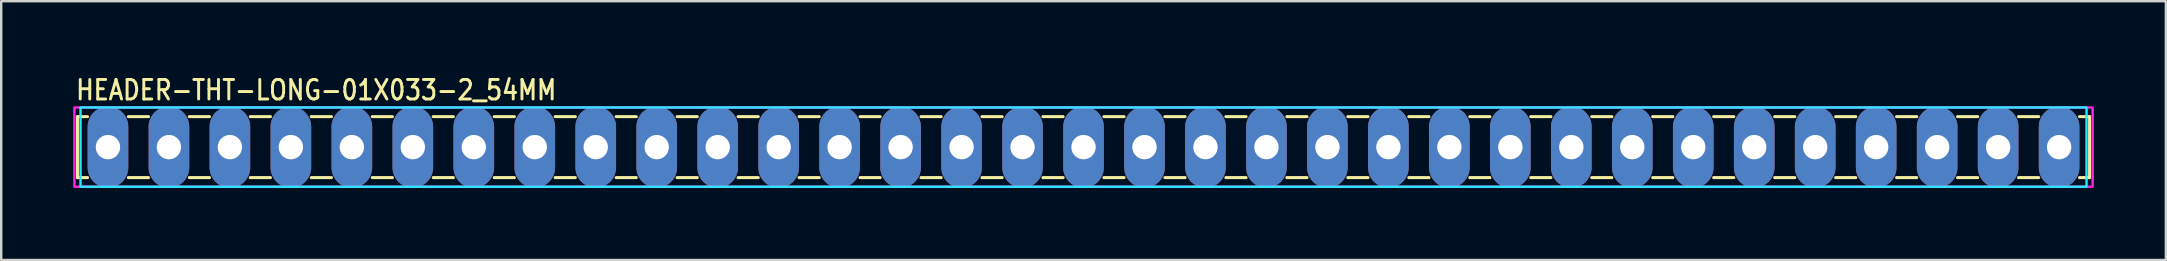
<source format=kicad_pcb>
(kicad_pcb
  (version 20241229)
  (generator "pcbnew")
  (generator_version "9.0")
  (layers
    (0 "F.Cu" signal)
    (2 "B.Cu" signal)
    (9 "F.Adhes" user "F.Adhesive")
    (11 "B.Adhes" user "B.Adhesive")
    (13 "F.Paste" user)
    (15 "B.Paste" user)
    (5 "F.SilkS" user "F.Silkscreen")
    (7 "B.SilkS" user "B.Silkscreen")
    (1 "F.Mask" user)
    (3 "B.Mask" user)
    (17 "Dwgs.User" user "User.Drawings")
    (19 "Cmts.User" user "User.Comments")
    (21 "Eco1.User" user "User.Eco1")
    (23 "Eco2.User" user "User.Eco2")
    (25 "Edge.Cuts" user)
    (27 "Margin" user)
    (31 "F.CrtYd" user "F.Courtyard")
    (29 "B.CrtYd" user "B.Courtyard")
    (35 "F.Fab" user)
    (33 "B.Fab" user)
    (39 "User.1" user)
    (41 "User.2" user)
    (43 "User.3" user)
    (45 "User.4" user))
  (footprint "HEADER-THT-LONG-01X033-2_54MM"
    (layer "F.Cu")
    (at 1.447 3.079)
    (property "Reference" "HEADER-THT-LONG-01X033-2_54MM" (at -1.4 -1.9 0) (unlocked yes) (layer "F.SilkS") (effects (font (size 0.813 0.695) (thickness 0.122)) (justify left bottom)))
    (fp_line (start -1.27 -1.27) (end -1.27 1.27) (stroke (width 0.127) (type solid)) (layer "F.SilkS"))
    (fp_line (start -1.27 1.27) (end -0.85 1.27) (stroke (width 0.127) (type solid)) (layer "F.SilkS"))
    (fp_line (start -0.85 -1.27) (end -1.27 -1.27) (stroke (width 0.127) (type solid)) (layer "F.SilkS"))
    (fp_line (start 0.85 -1.27) (end 1.69 -1.27) (stroke (width 0.127) (type solid)) (layer "F.SilkS"))
    (fp_line (start 0.85 1.27) (end 1.69 1.27) (stroke (width 0.127) (type solid)) (layer "F.SilkS"))
    (fp_line (start 3.39 -1.27) (end 4.23 -1.27) (stroke (width 0.127) (type solid)) (layer "F.SilkS"))
    (fp_line (start 3.39 1.27) (end 4.23 1.27) (stroke (width 0.127) (type solid)) (layer "F.SilkS"))
    (fp_line (start 5.93 -1.27) (end 6.77 -1.27) (stroke (width 0.127) (type solid)) (layer "F.SilkS"))
    (fp_line (start 5.93 1.27) (end 6.77 1.27) (stroke (width 0.127) (type solid)) (layer "F.SilkS"))
    (fp_line (start 8.47 -1.27) (end 9.31 -1.27) (stroke (width 0.127) (type solid)) (layer "F.SilkS"))
    (fp_line (start 8.47 1.27) (end 9.31 1.27) (stroke (width 0.127) (type solid)) (layer "F.SilkS"))
    (fp_line (start 11.01 -1.27) (end 11.85 -1.27) (stroke (width 0.127) (type solid)) (layer "F.SilkS"))
    (fp_line (start 11.01 1.27) (end 11.85 1.27) (stroke (width 0.127) (type solid)) (layer "F.SilkS"))
    (fp_line (start 13.55 -1.27) (end 14.39 -1.27) (stroke (width 0.127) (type solid)) (layer "F.SilkS"))
    (fp_line (start 13.55 1.27) (end 14.39 1.27) (stroke (width 0.127) (type solid)) (layer "F.SilkS"))
    (fp_line (start 16.09 -1.27) (end 16.93 -1.27) (stroke (width 0.127) (type solid)) (layer "F.SilkS"))
    (fp_line (start 16.09 1.27) (end 16.93 1.27) (stroke (width 0.127) (type solid)) (layer "F.SilkS"))
    (fp_line (start 18.63 -1.27) (end 19.47 -1.27) (stroke (width 0.127) (type solid)) (layer "F.SilkS"))
    (fp_line (start 18.63 1.27) (end 19.47 1.27) (stroke (width 0.127) (type solid)) (layer "F.SilkS"))
    (fp_line (start 21.17 -1.27) (end 22.01 -1.27) (stroke (width 0.127) (type solid)) (layer "F.SilkS"))
    (fp_line (start 21.17 1.27) (end 22.01 1.27) (stroke (width 0.127) (type solid)) (layer "F.SilkS"))
    (fp_line (start 23.71 -1.27) (end 24.55 -1.27) (stroke (width 0.127) (type solid)) (layer "F.SilkS"))
    (fp_line (start 23.71 1.27) (end 24.55 1.27) (stroke (width 0.127) (type solid)) (layer "F.SilkS"))
    (fp_line (start 26.25 -1.27) (end 27.09 -1.27) (stroke (width 0.127) (type solid)) (layer "F.SilkS"))
    (fp_line (start 26.25 1.27) (end 27.09 1.27) (stroke (width 0.127) (type solid)) (layer "F.SilkS"))
    (fp_line (start 28.79 -1.27) (end 29.63 -1.27) (stroke (width 0.127) (type solid)) (layer "F.SilkS"))
    (fp_line (start 28.79 1.27) (end 29.63 1.27) (stroke (width 0.127) (type solid)) (layer "F.SilkS"))
    (fp_line (start 31.33 -1.27) (end 32.17 -1.27) (stroke (width 0.127) (type solid)) (layer "F.SilkS"))
    (fp_line (start 31.33 1.27) (end 32.17 1.27) (stroke (width 0.127) (type solid)) (layer "F.SilkS"))
    (fp_line (start 33.87 -1.27) (end 34.71 -1.27) (stroke (width 0.127) (type solid)) (layer "F.SilkS"))
    (fp_line (start 33.87 1.27) (end 34.71 1.27) (stroke (width 0.127) (type solid)) (layer "F.SilkS"))
    (fp_line (start 36.41 -1.27) (end 37.25 -1.27) (stroke (width 0.127) (type solid)) (layer "F.SilkS"))
    (fp_line (start 36.41 1.27) (end 37.25 1.27) (stroke (width 0.127) (type solid)) (layer "F.SilkS"))
    (fp_line (start 38.95 -1.27) (end 39.79 -1.27) (stroke (width 0.127) (type solid)) (layer "F.SilkS"))
    (fp_line (start 38.95 1.27) (end 39.79 1.27) (stroke (width 0.127) (type solid)) (layer "F.SilkS"))
    (fp_line (start 41.49 -1.27) (end 42.33 -1.27) (stroke (width 0.127) (type solid)) (layer "F.SilkS"))
    (fp_line (start 41.49 1.27) (end 42.33 1.27) (stroke (width 0.127) (type solid)) (layer "F.SilkS"))
    (fp_line (start 44.03 -1.27) (end 44.87 -1.27) (stroke (width 0.127) (type solid)) (layer "F.SilkS"))
    (fp_line (start 44.03 1.27) (end 44.87 1.27) (stroke (width 0.127) (type solid)) (layer "F.SilkS"))
    (fp_line (start 46.57 -1.27) (end 47.41 -1.27) (stroke (width 0.127) (type solid)) (layer "F.SilkS"))
    (fp_line (start 46.57 1.27) (end 47.41 1.27) (stroke (width 0.127) (type solid)) (layer "F.SilkS"))
    (fp_line (start 49.11 -1.27) (end 49.95 -1.27) (stroke (width 0.127) (type solid)) (layer "F.SilkS"))
    (fp_line (start 49.11 1.27) (end 49.95 1.27) (stroke (width 0.127) (type solid)) (layer "F.SilkS"))
    (fp_line (start 51.65 -1.27) (end 52.49 -1.27) (stroke (width 0.127) (type solid)) (layer "F.SilkS"))
    (fp_line (start 51.65 1.27) (end 52.49 1.27) (stroke (width 0.127) (type solid)) (layer "F.SilkS"))
    (fp_line (start 54.19 -1.27) (end 55.03 -1.27) (stroke (width 0.127) (type solid)) (layer "F.SilkS"))
    (fp_line (start 54.19 1.27) (end 55.03 1.27) (stroke (width 0.127) (type solid)) (layer "F.SilkS"))
    (fp_line (start 56.73 -1.27) (end 57.57 -1.27) (stroke (width 0.127) (type solid)) (layer "F.SilkS"))
    (fp_line (start 56.73 1.27) (end 57.57 1.27) (stroke (width 0.127) (type solid)) (layer "F.SilkS"))
    (fp_line (start 59.27 -1.27) (end 60.11 -1.27) (stroke (width 0.127) (type solid)) (layer "F.SilkS"))
    (fp_line (start 59.27 1.27) (end 60.11 1.27) (stroke (width 0.127) (type solid)) (layer "F.SilkS"))
    (fp_line (start 61.81 -1.27) (end 62.65 -1.27) (stroke (width 0.127) (type solid)) (layer "F.SilkS"))
    (fp_line (start 61.81 1.27) (end 62.65 1.27) (stroke (width 0.127) (type solid)) (layer "F.SilkS"))
    (fp_line (start 64.35 -1.27) (end 65.19 -1.27) (stroke (width 0.127) (type solid)) (layer "F.SilkS"))
    (fp_line (start 64.35 1.27) (end 65.19 1.27) (stroke (width 0.127) (type solid)) (layer "F.SilkS"))
    (fp_line (start 66.89 -1.27) (end 67.73 -1.27) (stroke (width 0.127) (type solid)) (layer "F.SilkS"))
    (fp_line (start 66.89 1.27) (end 67.73 1.27) (stroke (width 0.127) (type solid)) (layer "F.SilkS"))
    (fp_line (start 69.43 -1.27) (end 70.27 -1.27) (stroke (width 0.127) (type solid)) (layer "F.SilkS"))
    (fp_line (start 69.43 1.27) (end 70.27 1.27) (stroke (width 0.127) (type solid)) (layer "F.SilkS"))
    (fp_line (start 71.97 -1.27) (end 72.81 -1.27) (stroke (width 0.127) (type solid)) (layer "F.SilkS"))
    (fp_line (start 71.97 1.27) (end 72.81 1.27) (stroke (width 0.127) (type solid)) (layer "F.SilkS"))
    (fp_line (start 74.51 -1.27) (end 75.35 -1.27) (stroke (width 0.127) (type solid)) (layer "F.SilkS"))
    (fp_line (start 74.51 1.27) (end 75.35 1.27) (stroke (width 0.127) (type solid)) (layer "F.SilkS"))
    (fp_line (start 77.05 -1.27) (end 77.89 -1.27) (stroke (width 0.127) (type solid)) (layer "F.SilkS"))
    (fp_line (start 77.05 1.27) (end 77.89 1.27) (stroke (width 0.127) (type solid)) (layer "F.SilkS"))
    (fp_line (start 79.59 -1.27) (end 80.43 -1.27) (stroke (width 0.127) (type solid)) (layer "F.SilkS"))
    (fp_line (start 79.59 1.27) (end 80.43 1.27) (stroke (width 0.127) (type solid)) (layer "F.SilkS"))
    (fp_line (start 82.13 -1.27) (end 82.55 -1.27) (stroke (width 0.127) (type solid)) (layer "F.SilkS"))
    (fp_line (start 82.55 -1.27) (end 82.55 1.27) (stroke (width 0.127) (type solid)) (layer "F.SilkS"))
    (fp_line (start 82.55 1.27) (end 82.13 1.27) (stroke (width 0.127) (type solid)) (layer "F.SilkS"))
    (fp_poly (pts (xy -1.143 -1.651) (xy 82.423 -1.651) (xy 82.423 1.651) (xy -1.143 1.651)) (stroke (width 0.1) (type solid)) (fill no) (layer "B.CrtYd"))
    (fp_poly (pts (xy -1.397 -1.651) (xy 82.677 -1.651) (xy 82.677 1.651) (xy -1.397 1.651)) (stroke (width 0.1) (type solid)) (fill no) (layer "F.CrtYd"))
    (pad "P$1" thru_hole oval (at 0 0 90) (size 3.387 1.693) (drill 1.016) (layers "*.Cu" "*.Mask"))
    (pad "P$2" thru_hole oval (at 2.54 0 90) (size 3.387 1.693) (drill 1.016) (layers "*.Cu" "*.Mask"))
    (pad "P$3" thru_hole oval (at 5.08 0 90) (size 3.387 1.693) (drill 1.016) (layers "*.Cu" "*.Mask"))
    (pad "P$4" thru_hole oval (at 7.62 0 90) (size 3.387 1.693) (drill 1.016) (layers "*.Cu" "*.Mask"))
    (pad "P$5" thru_hole oval (at 10.16 0 90) (size 3.387 1.693) (drill 1.016) (layers "*.Cu" "*.Mask"))
    (pad "P$6" thru_hole oval (at 12.7 0 90) (size 3.387 1.693) (drill 1.016) (layers "*.Cu" "*.Mask"))
    (pad "P$7" thru_hole oval (at 15.24 0 90) (size 3.387 1.693) (drill 1.016) (layers "*.Cu" "*.Mask"))
    (pad "P$8" thru_hole oval (at 17.78 0 90) (size 3.387 1.693) (drill 1.016) (layers "*.Cu" "*.Mask"))
    (pad "P$9" thru_hole oval (at 20.32 0 90) (size 3.387 1.693) (drill 1.016) (layers "*.Cu" "*.Mask"))
    (pad "P$10" thru_hole oval (at 22.86 0 90) (size 3.387 1.693) (drill 1.016) (layers "*.Cu" "*.Mask"))
    (pad "P$11" thru_hole oval (at 25.4 0 90) (size 3.387 1.693) (drill 1.016) (layers "*.Cu" "*.Mask"))
    (pad "P$12" thru_hole oval (at 27.94 0 90) (size 3.387 1.693) (drill 1.016) (layers "*.Cu" "*.Mask"))
    (pad "P$13" thru_hole oval (at 30.48 0 90) (size 3.387 1.693) (drill 1.016) (layers "*.Cu" "*.Mask"))
    (pad "P$14" thru_hole oval (at 33.02 0 90) (size 3.387 1.693) (drill 1.016) (layers "*.Cu" "*.Mask"))
    (pad "P$15" thru_hole oval (at 35.56 0 90) (size 3.387 1.693) (drill 1.016) (layers "*.Cu" "*.Mask"))
    (pad "P$16" thru_hole oval (at 38.1 0 90) (size 3.387 1.693) (drill 1.016) (layers "*.Cu" "*.Mask"))
    (pad "P$17" thru_hole oval (at 40.64 0 90) (size 3.387 1.693) (drill 1.016) (layers "*.Cu" "*.Mask"))
    (pad "P$18" thru_hole oval (at 43.18 0 90) (size 3.387 1.693) (drill 1.016) (layers "*.Cu" "*.Mask"))
    (pad "P$19" thru_hole oval (at 45.72 0 90) (size 3.387 1.693) (drill 1.016) (layers "*.Cu" "*.Mask"))
    (pad "P$20" thru_hole oval (at 48.26 0 90) (size 3.387 1.693) (drill 1.016) (layers "*.Cu" "*.Mask"))
    (pad "P$21" thru_hole oval (at 50.8 0 90) (size 3.387 1.693) (drill 1.016) (layers "*.Cu" "*.Mask"))
    (pad "P$22" thru_hole oval (at 53.34 0 90) (size 3.387 1.693) (drill 1.016) (layers "*.Cu" "*.Mask"))
    (pad "P$23" thru_hole oval (at 55.88 0 90) (size 3.387 1.693) (drill 1.016) (layers "*.Cu" "*.Mask"))
    (pad "P$24" thru_hole oval (at 58.42 0 90) (size 3.387 1.693) (drill 1.016) (layers "*.Cu" "*.Mask"))
    (pad "P$25" thru_hole oval (at 60.96 0 90) (size 3.387 1.693) (drill 1.016) (layers "*.Cu" "*.Mask"))
    (pad "P$26" thru_hole oval (at 63.5 0 90) (size 3.387 1.693) (drill 1.016) (layers "*.Cu" "*.Mask"))
    (pad "P$27" thru_hole oval (at 66.04 0 90) (size 3.387 1.693) (drill 1.016) (layers "*.Cu" "*.Mask"))
    (pad "P$28" thru_hole oval (at 68.58 0 90) (size 3.387 1.693) (drill 1.016) (layers "*.Cu" "*.Mask"))
    (pad "P$29" thru_hole oval (at 71.12 0 90) (size 3.387 1.693) (drill 1.016) (layers "*.Cu" "*.Mask"))
    (pad "P$30" thru_hole oval (at 73.66 0 90) (size 3.387 1.693) (drill 1.016) (layers "*.Cu" "*.Mask"))
    (pad "P$31" thru_hole oval (at 76.2 0 90) (size 3.387 1.693) (drill 1.016) (layers "*.Cu" "*.Mask"))
    (pad "P$32" thru_hole oval (at 78.74 0 90) (size 3.387 1.693) (drill 1.016) (layers "*.Cu" "*.Mask"))
    (pad "P$33" thru_hole oval (at 81.28 0 90) (size 3.387 1.693) (drill 1.016) (layers "*.Cu" "*.Mask")))
  (gr_rect
    (start -3 -3)
    (end 87.174 7.78)
    (stroke (width 0.1) (type default))
    (fill no)
    (layer "Edge.Cuts")))
</source>
